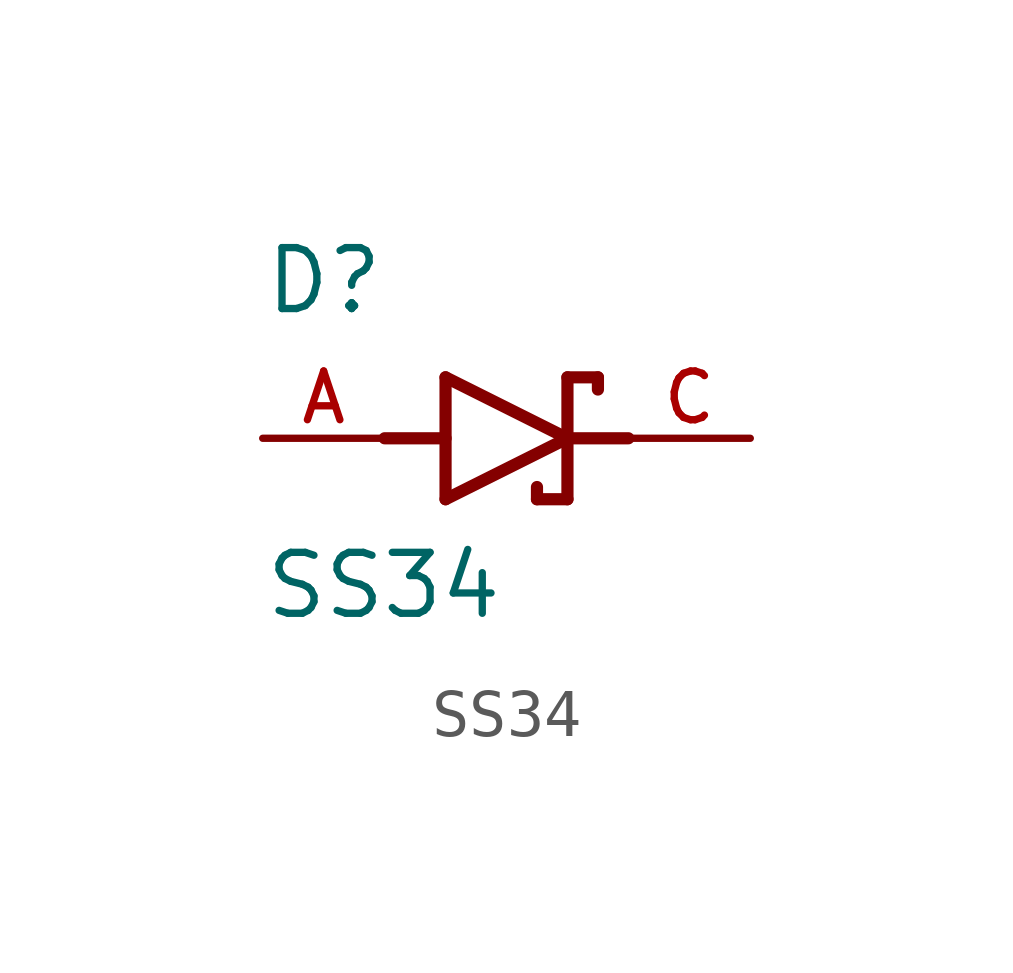
<source format=kicad_sym>
(kicad_symbol_lib
  (version 20211014)
  (generator kicad_symbol_editor)
  (symbol "SS34"
    (pin_names
      (offset 1.016))
    (property "Reference" "D"
      (at -5.08 2.54 0)
      (effects (font (size 1.27 1.27)) (justify bottom left)))
    (property "Value" "SS34"
      (at -5.08 -3.81 0)
      (effects (font (size 1.27 1.27)) (justify bottom left)))
    (symbol "SS34_0_0"
      (polyline (pts (xy -1.27 -1.27) (xy 1.27 0.0)) (stroke (width 0.254)))
      (polyline (pts (xy 1.27 0.0) (xy -1.27 1.27)) (stroke (width 0.254)))
      (polyline (pts (xy 1.905 1.27) (xy 1.27 1.27)) (stroke (width 0.254)))
      (polyline (pts (xy -1.27 1.27) (xy -1.27 -1.27)) (stroke (width 0.254)))
      (polyline (pts (xy 1.27 1.27) (xy 1.27 -1.27)) (stroke (width 0.254)))
      (polyline (pts (xy 1.905 1.27) (xy 1.905 1.016)) (stroke (width 0.254)))
      (polyline (pts (xy 1.27 -1.27) (xy 0.635 -1.27)) (stroke (width 0.254)))
      (polyline (pts (xy 0.635 -1.016) (xy 0.635 -1.27)) (stroke (width 0.254)))
      (polyline (pts (xy -2.54 0.0) (xy -1.27 0.0)) (stroke (width 0.254)))
      (polyline (pts (xy 2.54 0.0) (xy 1.27 0.0)) (stroke (width 0.254)))
      (pin passive line (at 5.08 0.0 180.0) (length 2.54) (name "~" (effects (font (size 1.016 1.016)))) (number "C" (effects (font (size 1.016 1.016)))))
      (pin passive line (at -5.08 0.0 0) (length 2.54) (name "~" (effects (font (size 1.016 1.016)))) (number "A" (effects (font (size 1.016 1.016))))))))
</source>
